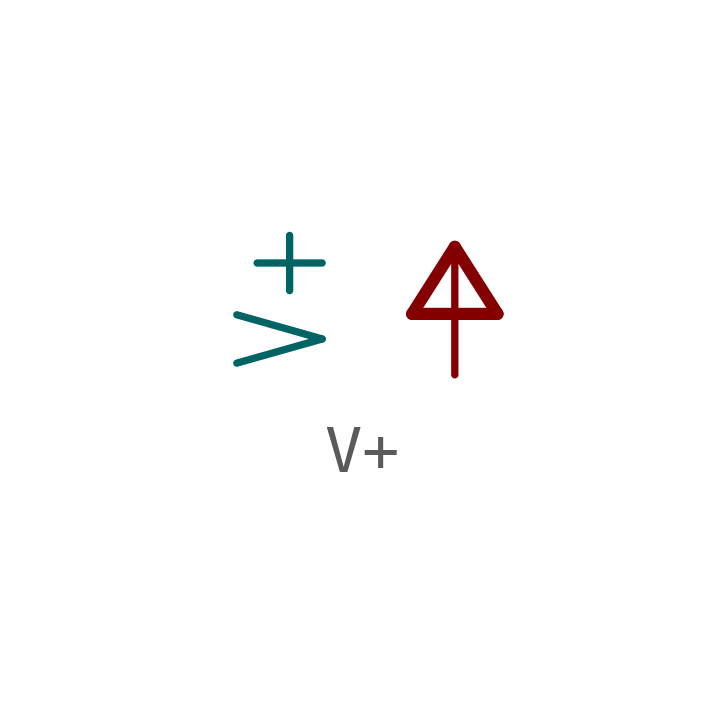
<source format=kicad_sym>
(kicad_symbol_lib
  (version 20220914)
  (generator kicad_symbol_editor)
  (symbol "V+"
    (power)
    (property "Reference" "#P+"
      (at 0 0 0)
      (effects (font (size 1.27 1.27)) hide))
    (property "Value" "V+"
      (at -2.54 -2.54 90)
      (effects (font (size 1.778 1.511)) (justify left bottom)))
    (property "ki_locked" ""
      (at 0 0 0)
      (effects (font (size 1.27 1.27))))
    (symbol "V+_1_0"
      (polyline (pts (xy -0.889 -1.27) (xy 0.889 -1.27)) (stroke (width 0.254) (type default)) (fill (type none)))
      (polyline (pts (xy 0 0.127) (xy -0.889 -1.27)) (stroke (width 0.254) (type default)) (fill (type none)))
      (polyline (pts (xy 0.889 -1.27) (xy 0 0.127)) (stroke (width 0.254) (type default)) (fill (type none)))
      (pin power_in line (at 0 -2.54 90) (length 2.54) (name "V+" (effects (font (size 0 0)))) (number "1" (effects (font (size 0 0))))))))
</source>
